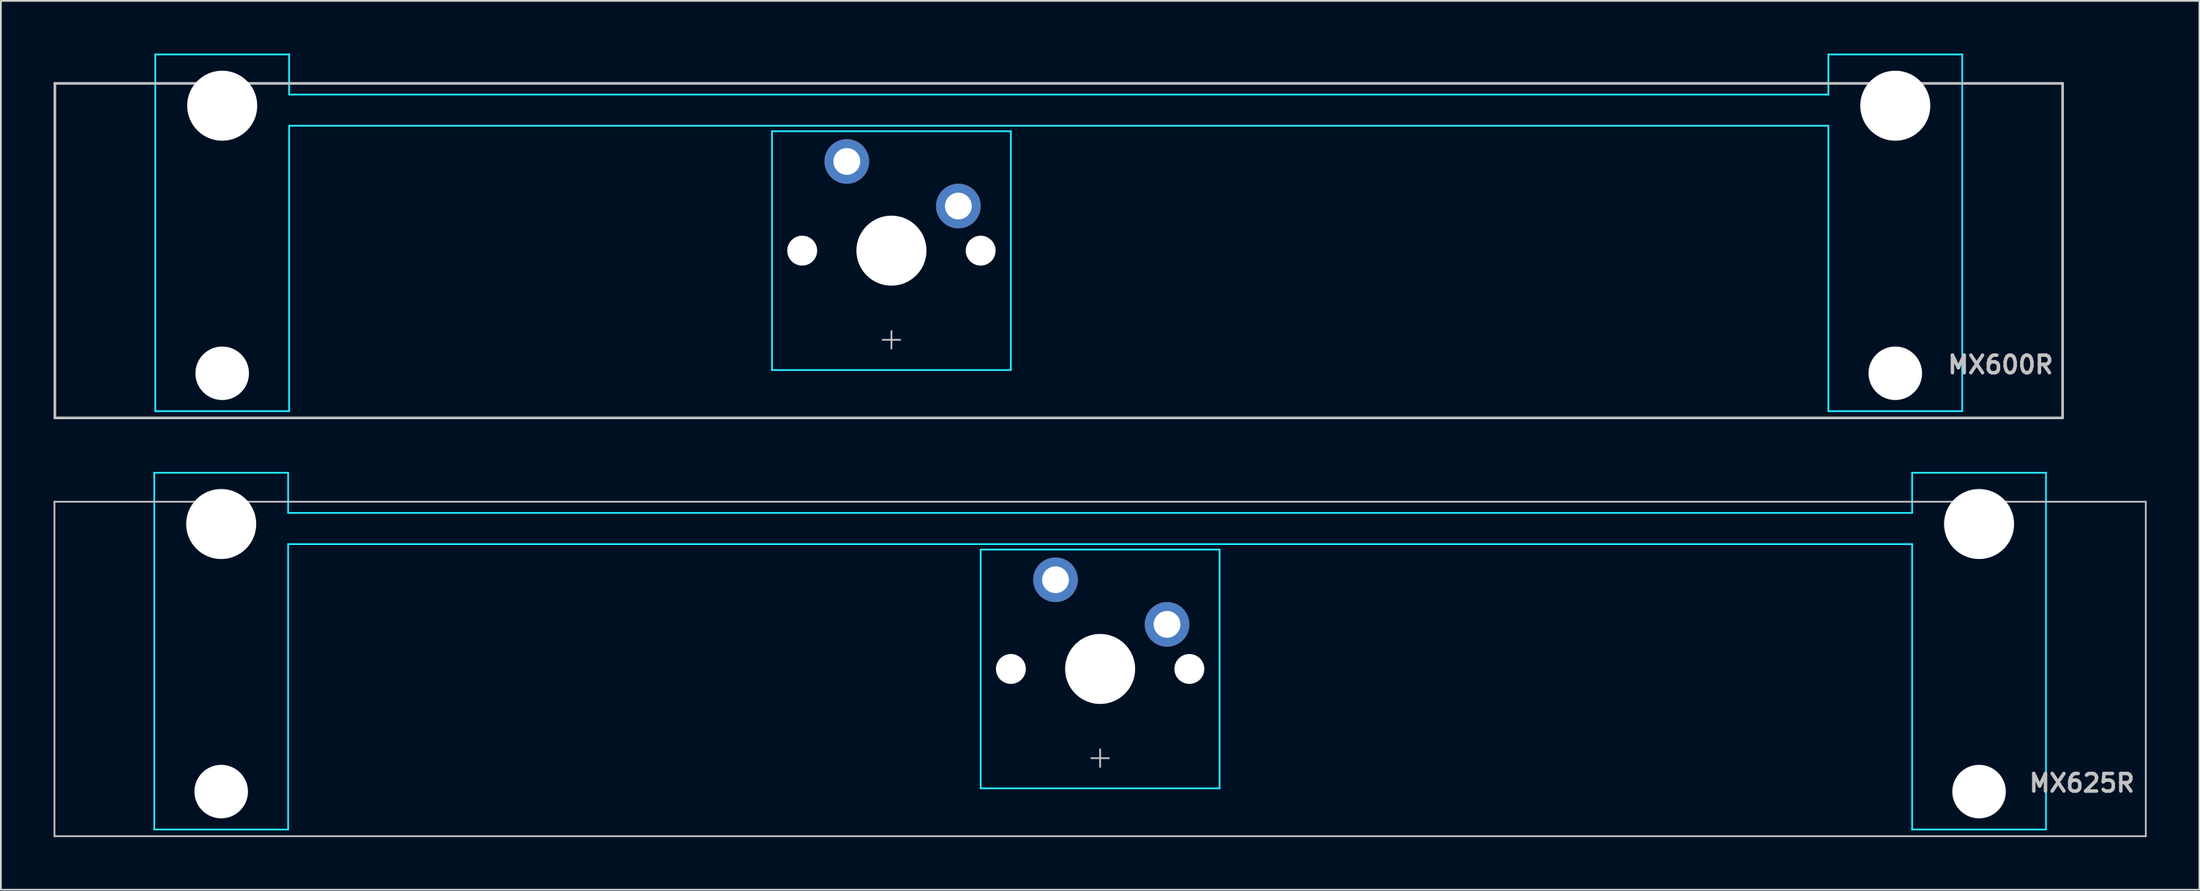
<source format=kicad_pcb>
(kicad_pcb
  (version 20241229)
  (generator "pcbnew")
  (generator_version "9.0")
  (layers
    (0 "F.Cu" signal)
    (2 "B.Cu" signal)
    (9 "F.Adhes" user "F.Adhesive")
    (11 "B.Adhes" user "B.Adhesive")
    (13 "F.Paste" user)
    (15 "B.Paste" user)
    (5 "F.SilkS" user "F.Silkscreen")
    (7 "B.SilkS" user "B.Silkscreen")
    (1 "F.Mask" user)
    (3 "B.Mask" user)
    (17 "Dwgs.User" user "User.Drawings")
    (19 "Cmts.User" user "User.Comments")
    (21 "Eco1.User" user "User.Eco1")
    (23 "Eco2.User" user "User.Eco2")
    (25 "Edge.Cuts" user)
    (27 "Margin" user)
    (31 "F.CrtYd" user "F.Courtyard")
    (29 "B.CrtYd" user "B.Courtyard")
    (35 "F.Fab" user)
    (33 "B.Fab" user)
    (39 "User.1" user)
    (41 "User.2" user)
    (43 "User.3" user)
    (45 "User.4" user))
  (footprint "MX600R"
    (layer "F.Cu")
    (at 47.7 11.226)
    (property "Reference" "MX600R" (at 66.25 6.5 0) (layer "Dwgs.User") (effects (font (size 1 1) (thickness 0.2)) (justify right)))
    (attr through_hole)
    (fp_line (start -47.625 9.525) (end -47.625 -9.525) (stroke (width 0.15) (type solid)) (layer "Dwgs.User"))
    (fp_line (start -0.5 5.08) (end 0.5 5.08) (stroke (width 0.1) (type solid)) (layer "Dwgs.User"))
    (fp_line (start 0 5.58) (end 0 4.58) (stroke (width 0.1) (type solid)) (layer "Dwgs.User"))
    (fp_line (start 66.675 -9.525) (end -47.625 -9.525) (stroke (width 0.15) (type solid)) (layer "Dwgs.User"))
    (fp_line (start 66.675 -9.525) (end 66.675 9.525) (stroke (width 0.15) (type solid)) (layer "Dwgs.User"))
    (fp_line (start 66.675 9.525) (end -47.625 9.525) (stroke (width 0.15) (type solid)) (layer "Dwgs.User"))
    (fp_line (start -41.6 -8.515) (end -41.6 5.485) (stroke (width 0.1) (type solid)) (layer "Eco1.User"))
    (fp_line (start -41.1 -9.015) (end -35.1 -9.015) (stroke (width 0.1) (type solid)) (layer "Eco1.User"))
    (fp_line (start -35.1 5.985) (end -41.1 5.985) (stroke (width 0.1) (type solid)) (layer "Eco1.User"))
    (fp_line (start -34.6 5.485) (end -34.6 -8.515) (stroke (width 0.1) (type solid)) (layer "Eco1.User"))
    (fp_line (start -7 -6.5) (end -7 6.5) (stroke (width 0.1) (type solid)) (layer "Eco1.User"))
    (fp_line (start -6.5 7) (end 6.5 7) (stroke (width 0.1) (type solid)) (layer "Eco1.User"))
    (fp_line (start 6.5 -7) (end -6.5 -7) (stroke (width 0.1) (type solid)) (layer "Eco1.User"))
    (fp_line (start 7 6.5) (end 7 -6.5) (stroke (width 0.1) (type solid)) (layer "Eco1.User"))
    (fp_line (start 53.65 -8.515) (end 53.65 5.485) (stroke (width 0.1) (type solid)) (layer "Eco1.User"))
    (fp_line (start 54.15 -9.015) (end 60.15 -9.015) (stroke (width 0.1) (type solid)) (layer "Eco1.User"))
    (fp_line (start 60.15 5.985) (end 54.15 5.985) (stroke (width 0.1) (type solid)) (layer "Eco1.User"))
    (fp_line (start 60.65 5.485) (end 60.65 -8.515) (stroke (width 0.1) (type solid)) (layer "Eco1.User"))
    (fp_arc (start -41.6 -8.515) (mid -41.453553 -8.868553) (end -41.1 -9.015) (stroke (width 0.1) (type solid)) (layer "Eco1.User"))
    (fp_arc (start -41.1 5.985) (mid -41.453553 5.838553) (end -41.6 5.485) (stroke (width 0.1) (type solid)) (layer "Eco1.User"))
    (fp_arc (start -35.1 -9.015) (mid -34.746447 -8.868553) (end -34.6 -8.515) (stroke (width 0.1) (type solid)) (layer "Eco1.User"))
    (fp_arc (start -34.6 5.485) (mid -34.746447 5.838553) (end -35.1 5.985) (stroke (width 0.1) (type solid)) (layer "Eco1.User"))
    (fp_arc (start -7 -6.5) (mid -6.853553 -6.853553) (end -6.5 -7) (stroke (width 0.1) (type solid)) (layer "Eco1.User"))
    (fp_arc (start -6.5 7) (mid -6.853553 6.853553) (end -7 6.5) (stroke (width 0.1) (type solid)) (layer "Eco1.User"))
    (fp_arc (start 6.5 -7) (mid 6.853553 -6.853553) (end 7 -6.5) (stroke (width 0.1) (type solid)) (layer "Eco1.User"))
    (fp_arc (start 7 6.5) (mid 6.853553 6.853553) (end 6.5 7) (stroke (width 0.1) (type solid)) (layer "Eco1.User"))
    (fp_arc (start 53.65 -8.515) (mid 53.796447 -8.868553) (end 54.15 -9.015) (stroke (width 0.1) (type solid)) (layer "Eco1.User"))
    (fp_arc (start 54.15 5.985) (mid 53.796447 5.838553) (end 53.65 5.485) (stroke (width 0.1) (type solid)) (layer "Eco1.User"))
    (fp_arc (start 60.15 -9.015) (mid 60.503553 -8.868553) (end 60.65 -8.515) (stroke (width 0.1) (type solid)) (layer "Eco1.User"))
    (fp_arc (start 60.65 5.485) (mid 60.503553 5.838553) (end 60.15 5.985) (stroke (width 0.1) (type solid)) (layer "Eco1.User"))
    (fp_line (start -41.91 9.144) (end -41.91 -11.176) (stroke (width 0.1) (type solid)) (layer "B.CrtYd"))
    (fp_line (start -34.29 -11.176) (end -41.91 -11.176) (stroke (width 0.1) (type solid)) (layer "B.CrtYd"))
    (fp_line (start -34.29 -8.89) (end -34.29 -11.176) (stroke (width 0.1) (type solid)) (layer "B.CrtYd"))
    (fp_line (start -34.29 -7.112) (end -34.29 9.144) (stroke (width 0.1) (type solid)) (layer "B.CrtYd"))
    (fp_line (start -34.29 9.144) (end -41.91 9.144) (stroke (width 0.1) (type solid)) (layer "B.CrtYd"))
    (fp_line (start -6.8 -6.8) (end -6.8 6.8) (stroke (width 0.1) (type solid)) (layer "B.CrtYd"))
    (fp_line (start -6.8 -6.8) (end 6.8 -6.8) (stroke (width 0.1) (type solid)) (layer "B.CrtYd"))
    (fp_line (start -6.8 6.8) (end 6.8 6.8) (stroke (width 0.1) (type solid)) (layer "B.CrtYd"))
    (fp_line (start 6.8 6.8) (end 6.8 -6.8) (stroke (width 0.1) (type solid)) (layer "B.CrtYd"))
    (fp_line (start 53.34 -8.89) (end -34.29 -8.89) (stroke (width 0.1) (type solid)) (layer "B.CrtYd"))
    (fp_line (start 53.34 -8.89) (end 53.34 -11.176) (stroke (width 0.1) (type solid)) (layer "B.CrtYd"))
    (fp_line (start 53.34 -7.112) (end -34.29 -7.112) (stroke (width 0.1) (type solid)) (layer "B.CrtYd"))
    (fp_line (start 53.34 -7.112) (end 53.34 9.144) (stroke (width 0.1) (type solid)) (layer "B.CrtYd"))
    (fp_line (start 60.96 -11.176) (end 53.34 -11.176) (stroke (width 0.1) (type solid)) (layer "B.CrtYd"))
    (fp_line (start 60.96 9.144) (end 53.34 9.144) (stroke (width 0.1) (type solid)) (layer "B.CrtYd"))
    (fp_line (start 60.96 9.144) (end 60.96 -11.176) (stroke (width 0.1) (type solid)) (layer "B.CrtYd"))
    (pad "" np_thru_hole circle (at -38.1 -8.255) (size 3.988 3.988) (drill 3.988) (layers "*.Cu" "*.Mask"))
    (pad "" np_thru_hole circle (at -38.1 6.985) (size 3.048 3.048) (drill 3.048) (layers "*.Cu" "*.Mask"))
    (pad "" np_thru_hole circle (at -5.08 0) (size 1.702 1.702) (drill 1.702) (layers "*.Cu" "*.Mask"))
    (pad "" connect circle (at -2.54 -5.08) (size 1.524 1.524) (layers "B.Mask"))
    (pad "" np_thru_hole circle (at 0 0) (size 3.988 3.988) (drill 3.988) (layers "*.Cu" "*.Mask"))
    (pad "" connect circle (at 3.81 -2.54) (size 1.524 1.524) (layers "B.Mask"))
    (pad "" np_thru_hole circle (at 5.08 0) (size 1.702 1.702) (drill 1.702) (layers "*.Cu" "*.Mask"))
    (pad "" np_thru_hole circle (at 57.15 -8.255) (size 3.988 3.988) (drill 3.988) (layers "*.Cu" "*.Mask"))
    (pad "" np_thru_hole circle (at 57.15 6.985) (size 3.048 3.048) (drill 3.048) (layers "*.Cu" "*.Mask"))
    (pad "1" thru_hole circle (at -2.54 -5.08) (size 2.54 2.54) (drill 1.524) (layers "*.Cu" "F.Mask"))
    (pad "2" thru_hole circle (at 3.81 -2.54) (size 2.54 2.54) (drill 1.524) (layers "*.Cu" "F.Mask")))
  (footprint "MX625R"
    (layer "F.Cu")
    (at 59.581 35.052)
    (property "Reference" "MX625R" (at 59 6.5 0) (layer "Dwgs.User") (effects (font (size 1 1) (thickness 0.2)) (justify right)))
    (attr through_hole)
    (fp_line (start -59.531 -9.525) (end -59.531 9.525) (stroke (width 0.1) (type solid)) (layer "Dwgs.User"))
    (fp_line (start -59.531 -9.525) (end 59.531 -9.525) (stroke (width 0.1) (type solid)) (layer "Dwgs.User"))
    (fp_line (start -59.531 9.525) (end 59.531 9.525) (stroke (width 0.1) (type solid)) (layer "Dwgs.User"))
    (fp_line (start -0.5 5.08) (end 0.5 5.08) (stroke (width 0.1) (type solid)) (layer "Dwgs.User"))
    (fp_line (start 0 5.58) (end 0 4.58) (stroke (width 0.1) (type solid)) (layer "Dwgs.User"))
    (fp_line (start 59.531 -9.525) (end 59.531 9.525) (stroke (width 0.1) (type solid)) (layer "Dwgs.User"))
    (fp_line (start -53.538 -8.515) (end -53.538 5.485) (stroke (width 0.1) (type solid)) (layer "Eco1.User"))
    (fp_line (start -53.038 -9.015) (end -47.038 -9.015) (stroke (width 0.1) (type solid)) (layer "Eco1.User"))
    (fp_line (start -47.038 5.985) (end -53.038 5.985) (stroke (width 0.1) (type solid)) (layer "Eco1.User"))
    (fp_line (start -46.538 5.485) (end -46.538 -8.515) (stroke (width 0.1) (type solid)) (layer "Eco1.User"))
    (fp_line (start -7 -6.5) (end -7 6.5) (stroke (width 0.1) (type solid)) (layer "Eco1.User"))
    (fp_line (start -6.5 7) (end 6.5 7) (stroke (width 0.1) (type solid)) (layer "Eco1.User"))
    (fp_line (start 6.5 -7) (end -6.5 -7) (stroke (width 0.1) (type solid)) (layer "Eco1.User"))
    (fp_line (start 7 6.5) (end 7 -6.5) (stroke (width 0.1) (type solid)) (layer "Eco1.User"))
    (fp_line (start 46.538 -8.515) (end 46.538 5.485) (stroke (width 0.1) (type solid)) (layer "Eco1.User"))
    (fp_line (start 47.038 -9.015) (end 53.038 -9.015) (stroke (width 0.1) (type solid)) (layer "Eco1.User"))
    (fp_line (start 53.038 5.985) (end 47.038 5.985) (stroke (width 0.1) (type solid)) (layer "Eco1.User"))
    (fp_line (start 53.538 5.485) (end 53.538 -8.515) (stroke (width 0.1) (type solid)) (layer "Eco1.User"))
    (fp_arc (start -53.538 -8.515) (mid -53.391553 -8.868553) (end -53.038 -9.015) (stroke (width 0.1) (type solid)) (layer "Eco1.User"))
    (fp_arc (start -53.038 5.985) (mid -53.391553 5.838553) (end -53.538 5.485) (stroke (width 0.1) (type solid)) (layer "Eco1.User"))
    (fp_arc (start -47.038 -9.015) (mid -46.684447 -8.868553) (end -46.538 -8.515) (stroke (width 0.1) (type solid)) (layer "Eco1.User"))
    (fp_arc (start -46.538 5.485) (mid -46.684447 5.838553) (end -47.038 5.985) (stroke (width 0.1) (type solid)) (layer "Eco1.User"))
    (fp_arc (start -7 -6.5) (mid -6.853553 -6.853553) (end -6.5 -7) (stroke (width 0.1) (type solid)) (layer "Eco1.User"))
    (fp_arc (start -6.5 7) (mid -6.853553 6.853553) (end -7 6.5) (stroke (width 0.1) (type solid)) (layer "Eco1.User"))
    (fp_arc (start 6.5 -7) (mid 6.853553 -6.853553) (end 7 -6.5) (stroke (width 0.1) (type solid)) (layer "Eco1.User"))
    (fp_arc (start 7 6.5) (mid 6.853553 6.853553) (end 6.5 7) (stroke (width 0.1) (type solid)) (layer "Eco1.User"))
    (fp_arc (start 46.538 -8.515) (mid 46.684447 -8.868553) (end 47.038 -9.015) (stroke (width 0.1) (type solid)) (layer "Eco1.User"))
    (fp_arc (start 47.038 5.985) (mid 46.684447 5.838553) (end 46.538 5.485) (stroke (width 0.1) (type solid)) (layer "Eco1.User"))
    (fp_arc (start 53.038 -9.015) (mid 53.391553 -8.868553) (end 53.538 -8.515) (stroke (width 0.1) (type solid)) (layer "Eco1.User"))
    (fp_arc (start 53.538 5.485) (mid 53.391553 5.838553) (end 53.038 5.985) (stroke (width 0.1) (type solid)) (layer "Eco1.User"))
    (fp_line (start -53.848 9.144) (end -53.848 -11.176) (stroke (width 0.1) (type solid)) (layer "B.CrtYd"))
    (fp_line (start -46.228 -11.176) (end -53.848 -11.176) (stroke (width 0.1) (type solid)) (layer "B.CrtYd"))
    (fp_line (start -46.228 -8.89) (end -46.228 -11.176) (stroke (width 0.1) (type solid)) (layer "B.CrtYd"))
    (fp_line (start -46.228 -7.112) (end -46.228 9.144) (stroke (width 0.1) (type solid)) (layer "B.CrtYd"))
    (fp_line (start -46.228 9.144) (end -53.848 9.144) (stroke (width 0.1) (type solid)) (layer "B.CrtYd"))
    (fp_line (start -6.8 -6.8) (end -6.8 6.8) (stroke (width 0.1) (type solid)) (layer "B.CrtYd"))
    (fp_line (start -6.8 -6.8) (end 6.8 -6.8) (stroke (width 0.1) (type solid)) (layer "B.CrtYd"))
    (fp_line (start -6.8 6.8) (end 6.8 6.8) (stroke (width 0.1) (type solid)) (layer "B.CrtYd"))
    (fp_line (start 6.8 6.8) (end 6.8 -6.8) (stroke (width 0.1) (type solid)) (layer "B.CrtYd"))
    (fp_line (start 46.228 -8.89) (end -46.228 -8.89) (stroke (width 0.1) (type solid)) (layer "B.CrtYd"))
    (fp_line (start 46.228 -8.89) (end 46.228 -11.176) (stroke (width 0.1) (type solid)) (layer "B.CrtYd"))
    (fp_line (start 46.228 -7.112) (end -46.228 -7.112) (stroke (width 0.1) (type solid)) (layer "B.CrtYd"))
    (fp_line (start 46.228 -7.112) (end 46.228 9.144) (stroke (width 0.1) (type solid)) (layer "B.CrtYd"))
    (fp_line (start 53.848 -11.176) (end 46.228 -11.176) (stroke (width 0.1) (type solid)) (layer "B.CrtYd"))
    (fp_line (start 53.848 9.144) (end 46.228 9.144) (stroke (width 0.1) (type solid)) (layer "B.CrtYd"))
    (fp_line (start 53.848 9.144) (end 53.848 -11.176) (stroke (width 0.1) (type solid)) (layer "B.CrtYd"))
    (pad "" np_thru_hole circle (at -50.038 -8.255) (size 3.988 3.988) (drill 3.988) (layers "*.Cu" "*.Mask"))
    (pad "" np_thru_hole circle (at -50.038 6.985) (size 3.048 3.048) (drill 3.048) (layers "*.Cu" "*.Mask"))
    (pad "" np_thru_hole circle (at -5.08 0) (size 1.702 1.702) (drill 1.702) (layers "*.Cu" "*.Mask"))
    (pad "" connect circle (at -2.54 -5.08) (size 1.524 1.524) (layers "B.Mask"))
    (pad "" np_thru_hole circle (at 0 0) (size 3.988 3.988) (drill 3.988) (layers "*.Cu" "*.Mask"))
    (pad "" connect circle (at 3.81 -2.54) (size 1.524 1.524) (layers "B.Mask"))
    (pad "" np_thru_hole circle (at 5.08 0) (size 1.702 1.702) (drill 1.702) (layers "*.Cu" "*.Mask"))
    (pad "" np_thru_hole circle (at 50.038 -8.255) (size 3.988 3.988) (drill 3.988) (layers "*.Cu" "*.Mask"))
    (pad "" np_thru_hole circle (at 50.038 6.985) (size 3.048 3.048) (drill 3.048) (layers "*.Cu" "*.Mask"))
    (pad "1" thru_hole circle (at -2.54 -5.08) (size 2.54 2.54) (drill 1.524) (layers "*.Cu" "F.Mask"))
    (pad "2" thru_hole circle (at 3.81 -2.54) (size 2.54 2.54) (drill 1.524) (layers "*.Cu" "F.Mask")))
  (gr_rect
    (start -3 -3)
    (end 122.162 47.627)
    (stroke (width 0.1) (type default))
    (fill no)
    (layer "Edge.Cuts")))
</source>
